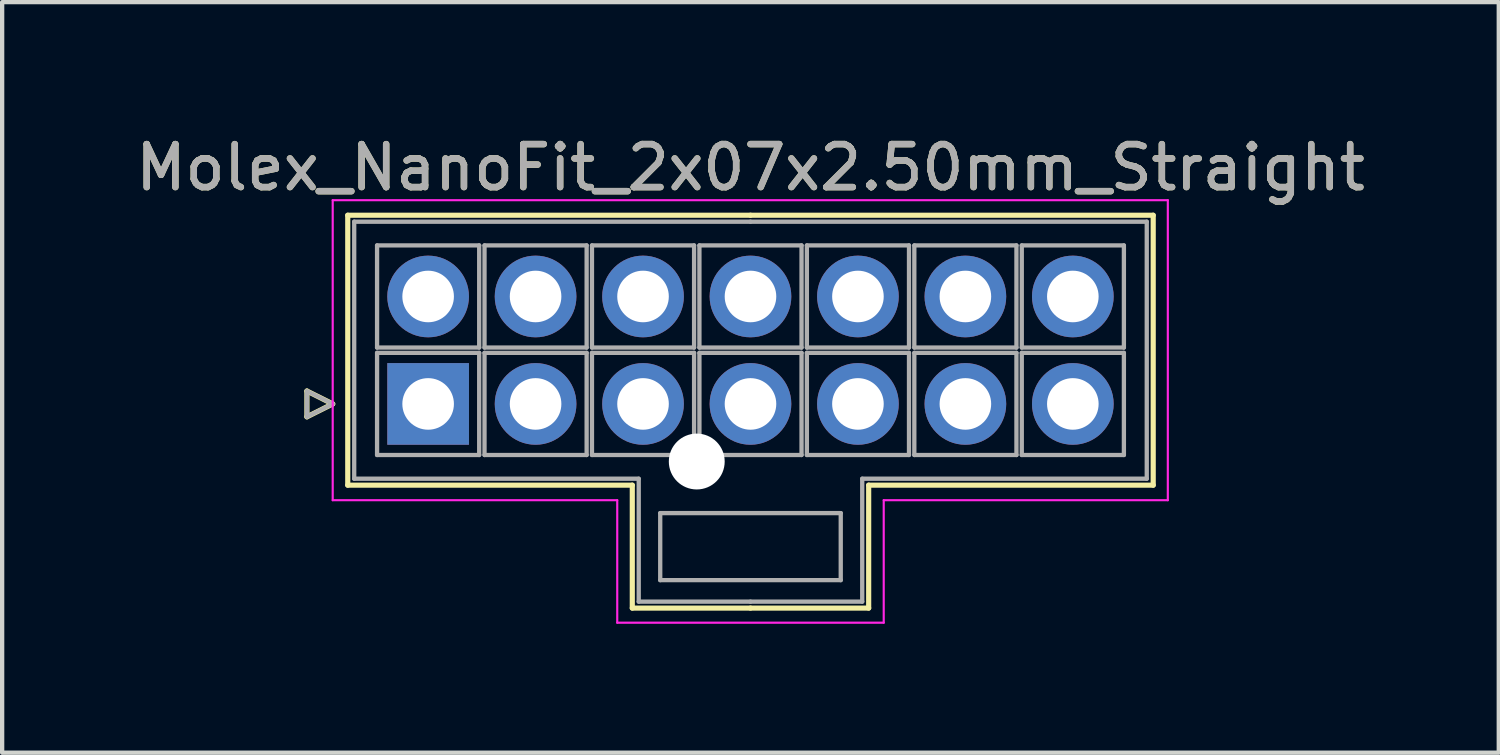
<source format=kicad_pcb>
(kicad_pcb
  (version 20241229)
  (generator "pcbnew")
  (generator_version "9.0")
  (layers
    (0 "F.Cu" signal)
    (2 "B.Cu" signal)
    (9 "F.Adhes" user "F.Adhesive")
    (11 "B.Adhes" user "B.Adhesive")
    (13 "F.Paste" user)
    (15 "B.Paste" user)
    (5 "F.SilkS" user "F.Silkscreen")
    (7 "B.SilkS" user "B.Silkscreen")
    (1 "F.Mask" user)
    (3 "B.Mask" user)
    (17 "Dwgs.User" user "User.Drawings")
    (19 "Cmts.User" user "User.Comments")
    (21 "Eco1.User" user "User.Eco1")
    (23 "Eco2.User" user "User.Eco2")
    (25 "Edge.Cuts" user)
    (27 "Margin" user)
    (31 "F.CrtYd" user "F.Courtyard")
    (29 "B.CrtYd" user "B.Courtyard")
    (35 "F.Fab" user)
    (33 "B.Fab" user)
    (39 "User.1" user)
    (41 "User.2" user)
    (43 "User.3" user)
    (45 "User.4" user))
  (footprint "Molex_NanoFit_2x07x2.50mm_Straight"
    (layer "F.Cu")
    (at 6.911 6.348)
    (property "Reference" "Molex_NanoFit_2x07x2.50mm_Straight" (at 7.5 -5.5 0) (layer "F.SilkS") (effects (font (size 1 1) (thickness 0.15))))
    (attr through_hole)
    (fp_line (start -2.82 -0.3) (end -2.22 0) (stroke (width 0.12) (type solid)) (layer "F.SilkS"))
    (fp_line (start -2.82 0.3) (end -2.82 -0.3) (stroke (width 0.12) (type solid)) (layer "F.SilkS"))
    (fp_line (start -2.22 0) (end -2.82 0.3) (stroke (width 0.12) (type solid)) (layer "F.SilkS"))
    (fp_line (start -1.87 -4.39) (end -1.87 1.89) (stroke (width 0.12) (type solid)) (layer "F.SilkS"))
    (fp_line (start -1.87 1.89) (end 4.75 1.89) (stroke (width 0.12) (type solid)) (layer "F.SilkS"))
    (fp_line (start 4.75 1.89) (end 4.75 4.75) (stroke (width 0.12) (type solid)) (layer "F.SilkS"))
    (fp_line (start 4.75 4.75) (end 7.5 4.75) (stroke (width 0.12) (type solid)) (layer "F.SilkS"))
    (fp_line (start 7.5 -4.39) (end -1.87 -4.39) (stroke (width 0.12) (type solid)) (layer "F.SilkS"))
    (fp_line (start 7.5 -4.39) (end 16.87 -4.39) (stroke (width 0.12) (type solid)) (layer "F.SilkS"))
    (fp_line (start 10.25 1.89) (end 10.25 4.75) (stroke (width 0.12) (type solid)) (layer "F.SilkS"))
    (fp_line (start 10.25 4.75) (end 7.5 4.75) (stroke (width 0.12) (type solid)) (layer "F.SilkS"))
    (fp_line (start 16.87 -4.39) (end 16.87 1.89) (stroke (width 0.12) (type solid)) (layer "F.SilkS"))
    (fp_line (start 16.87 1.89) (end 10.25 1.89) (stroke (width 0.12) (type solid)) (layer "F.SilkS"))
    (fp_line (start -2.22 -4.74) (end -2.22 2.24) (stroke (width 0.05) (type solid)) (layer "F.CrtYd"))
    (fp_line (start -2.22 2.24) (end 4.4 2.24) (stroke (width 0.05) (type solid)) (layer "F.CrtYd"))
    (fp_line (start 4.4 2.24) (end 4.4 5.09) (stroke (width 0.05) (type solid)) (layer "F.CrtYd"))
    (fp_line (start 4.4 5.09) (end 10.6 5.09) (stroke (width 0.05) (type solid)) (layer "F.CrtYd"))
    (fp_line (start 10.6 2.24) (end 17.21 2.24) (stroke (width 0.05) (type solid)) (layer "F.CrtYd"))
    (fp_line (start 10.6 5.09) (end 10.6 2.24) (stroke (width 0.05) (type solid)) (layer "F.CrtYd"))
    (fp_line (start 17.21 -4.74) (end -2.22 -4.74) (stroke (width 0.05) (type solid)) (layer "F.CrtYd"))
    (fp_line (start 17.21 2.24) (end 17.21 -4.74) (stroke (width 0.05) (type solid)) (layer "F.CrtYd"))
    (fp_line (start -2.82 -0.3) (end -2.22 0) (stroke (width 0.1) (type solid)) (layer "F.Fab"))
    (fp_line (start -2.82 0.3) (end -2.82 -0.3) (stroke (width 0.1) (type solid)) (layer "F.Fab"))
    (fp_line (start -2.22 0) (end -2.82 0.3) (stroke (width 0.1) (type solid)) (layer "F.Fab"))
    (fp_line (start -1.72 -4.24) (end -1.72 1.74) (stroke (width 0.1) (type solid)) (layer "F.Fab"))
    (fp_line (start -1.72 1.74) (end 4.9 1.74) (stroke (width 0.1) (type solid)) (layer "F.Fab"))
    (fp_line (start -1.188 -3.688) (end -1.188 -1.312) (stroke (width 0.1) (type solid)) (layer "F.Fab"))
    (fp_line (start -1.188 -1.312) (end 1.188 -1.312) (stroke (width 0.1) (type solid)) (layer "F.Fab"))
    (fp_line (start -1.188 -1.188) (end -1.188 1.188) (stroke (width 0.1) (type solid)) (layer "F.Fab"))
    (fp_line (start -1.188 1.188) (end 1.188 1.188) (stroke (width 0.1) (type solid)) (layer "F.Fab"))
    (fp_line (start 1.188 -3.688) (end -1.188 -3.688) (stroke (width 0.1) (type solid)) (layer "F.Fab"))
    (fp_line (start 1.188 -1.312) (end 1.188 -3.688) (stroke (width 0.1) (type solid)) (layer "F.Fab"))
    (fp_line (start 1.188 -1.188) (end -1.188 -1.188) (stroke (width 0.1) (type solid)) (layer "F.Fab"))
    (fp_line (start 1.188 1.188) (end 1.188 -1.188) (stroke (width 0.1) (type solid)) (layer "F.Fab"))
    (fp_line (start 1.312 -3.688) (end 1.312 -1.312) (stroke (width 0.1) (type solid)) (layer "F.Fab"))
    (fp_line (start 1.312 -1.312) (end 3.688 -1.312) (stroke (width 0.1) (type solid)) (layer "F.Fab"))
    (fp_line (start 1.312 -1.188) (end 1.312 1.188) (stroke (width 0.1) (type solid)) (layer "F.Fab"))
    (fp_line (start 1.312 1.188) (end 3.688 1.188) (stroke (width 0.1) (type solid)) (layer "F.Fab"))
    (fp_line (start 3.688 -3.688) (end 1.312 -3.688) (stroke (width 0.1) (type solid)) (layer "F.Fab"))
    (fp_line (start 3.688 -1.312) (end 3.688 -3.688) (stroke (width 0.1) (type solid)) (layer "F.Fab"))
    (fp_line (start 3.688 -1.188) (end 1.312 -1.188) (stroke (width 0.1) (type solid)) (layer "F.Fab"))
    (fp_line (start 3.688 1.188) (end 3.688 -1.188) (stroke (width 0.1) (type solid)) (layer "F.Fab"))
    (fp_line (start 3.812 -3.688) (end 3.812 -1.312) (stroke (width 0.1) (type solid)) (layer "F.Fab"))
    (fp_line (start 3.812 -1.312) (end 6.188 -1.312) (stroke (width 0.1) (type solid)) (layer "F.Fab"))
    (fp_line (start 3.812 -1.188) (end 3.812 1.188) (stroke (width 0.1) (type solid)) (layer "F.Fab"))
    (fp_line (start 3.812 1.188) (end 6.188 1.188) (stroke (width 0.1) (type solid)) (layer "F.Fab"))
    (fp_line (start 4.9 1.74) (end 4.9 4.6) (stroke (width 0.1) (type solid)) (layer "F.Fab"))
    (fp_line (start 4.9 4.6) (end 7.5 4.6) (stroke (width 0.1) (type solid)) (layer "F.Fab"))
    (fp_line (start 5.4 2.54) (end 5.4 4.1) (stroke (width 0.1) (type solid)) (layer "F.Fab"))
    (fp_line (start 5.4 4.1) (end 9.6 4.1) (stroke (width 0.1) (type solid)) (layer "F.Fab"))
    (fp_line (start 6.188 -3.688) (end 3.812 -3.688) (stroke (width 0.1) (type solid)) (layer "F.Fab"))
    (fp_line (start 6.188 -1.312) (end 6.188 -3.688) (stroke (width 0.1) (type solid)) (layer "F.Fab"))
    (fp_line (start 6.188 -1.188) (end 3.812 -1.188) (stroke (width 0.1) (type solid)) (layer "F.Fab"))
    (fp_line (start 6.188 1.188) (end 6.188 -1.188) (stroke (width 0.1) (type solid)) (layer "F.Fab"))
    (fp_line (start 6.312 -3.688) (end 6.312 -1.312) (stroke (width 0.1) (type solid)) (layer "F.Fab"))
    (fp_line (start 6.312 -1.312) (end 8.688 -1.312) (stroke (width 0.1) (type solid)) (layer "F.Fab"))
    (fp_line (start 6.312 -1.188) (end 6.312 1.188) (stroke (width 0.1) (type solid)) (layer "F.Fab"))
    (fp_line (start 6.312 1.188) (end 8.688 1.188) (stroke (width 0.1) (type solid)) (layer "F.Fab"))
    (fp_line (start 7.5 -4.24) (end -1.72 -4.24) (stroke (width 0.1) (type solid)) (layer "F.Fab"))
    (fp_line (start 7.5 -4.24) (end 16.72 -4.24) (stroke (width 0.1) (type solid)) (layer "F.Fab"))
    (fp_line (start 8.688 -3.688) (end 6.312 -3.688) (stroke (width 0.1) (type solid)) (layer "F.Fab"))
    (fp_line (start 8.688 -1.312) (end 8.688 -3.688) (stroke (width 0.1) (type solid)) (layer "F.Fab"))
    (fp_line (start 8.688 -1.188) (end 6.312 -1.188) (stroke (width 0.1) (type solid)) (layer "F.Fab"))
    (fp_line (start 8.688 1.188) (end 8.688 -1.188) (stroke (width 0.1) (type solid)) (layer "F.Fab"))
    (fp_line (start 8.812 -3.688) (end 8.812 -1.312) (stroke (width 0.1) (type solid)) (layer "F.Fab"))
    (fp_line (start 8.812 -1.312) (end 11.188 -1.312) (stroke (width 0.1) (type solid)) (layer "F.Fab"))
    (fp_line (start 8.812 -1.188) (end 8.812 1.188) (stroke (width 0.1) (type solid)) (layer "F.Fab"))
    (fp_line (start 8.812 1.188) (end 11.188 1.188) (stroke (width 0.1) (type solid)) (layer "F.Fab"))
    (fp_line (start 9.6 2.54) (end 5.4 2.54) (stroke (width 0.1) (type solid)) (layer "F.Fab"))
    (fp_line (start 9.6 4.1) (end 9.6 2.54) (stroke (width 0.1) (type solid)) (layer "F.Fab"))
    (fp_line (start 10.1 1.74) (end 10.1 4.6) (stroke (width 0.1) (type solid)) (layer "F.Fab"))
    (fp_line (start 10.1 4.6) (end 7.5 4.6) (stroke (width 0.1) (type solid)) (layer "F.Fab"))
    (fp_line (start 11.188 -3.688) (end 8.812 -3.688) (stroke (width 0.1) (type solid)) (layer "F.Fab"))
    (fp_line (start 11.188 -1.312) (end 11.188 -3.688) (stroke (width 0.1) (type solid)) (layer "F.Fab"))
    (fp_line (start 11.188 -1.188) (end 8.812 -1.188) (stroke (width 0.1) (type solid)) (layer "F.Fab"))
    (fp_line (start 11.188 1.188) (end 11.188 -1.188) (stroke (width 0.1) (type solid)) (layer "F.Fab"))
    (fp_line (start 11.312 -3.688) (end 11.312 -1.312) (stroke (width 0.1) (type solid)) (layer "F.Fab"))
    (fp_line (start 11.312 -1.312) (end 13.688 -1.312) (stroke (width 0.1) (type solid)) (layer "F.Fab"))
    (fp_line (start 11.312 -1.188) (end 11.312 1.188) (stroke (width 0.1) (type solid)) (layer "F.Fab"))
    (fp_line (start 11.312 1.188) (end 13.688 1.188) (stroke (width 0.1) (type solid)) (layer "F.Fab"))
    (fp_line (start 13.688 -3.688) (end 11.312 -3.688) (stroke (width 0.1) (type solid)) (layer "F.Fab"))
    (fp_line (start 13.688 -1.312) (end 13.688 -3.688) (stroke (width 0.1) (type solid)) (layer "F.Fab"))
    (fp_line (start 13.688 -1.188) (end 11.312 -1.188) (stroke (width 0.1) (type solid)) (layer "F.Fab"))
    (fp_line (start 13.688 1.188) (end 13.688 -1.188) (stroke (width 0.1) (type solid)) (layer "F.Fab"))
    (fp_line (start 13.812 -3.688) (end 13.812 -1.312) (stroke (width 0.1) (type solid)) (layer "F.Fab"))
    (fp_line (start 13.812 -1.312) (end 16.188 -1.312) (stroke (width 0.1) (type solid)) (layer "F.Fab"))
    (fp_line (start 13.812 -1.188) (end 13.812 1.188) (stroke (width 0.1) (type solid)) (layer "F.Fab"))
    (fp_line (start 13.812 1.188) (end 16.188 1.188) (stroke (width 0.1) (type solid)) (layer "F.Fab"))
    (fp_line (start 16.188 -3.688) (end 13.812 -3.688) (stroke (width 0.1) (type solid)) (layer "F.Fab"))
    (fp_line (start 16.188 -1.312) (end 16.188 -3.688) (stroke (width 0.1) (type solid)) (layer "F.Fab"))
    (fp_line (start 16.188 -1.188) (end 13.812 -1.188) (stroke (width 0.1) (type solid)) (layer "F.Fab"))
    (fp_line (start 16.188 1.188) (end 16.188 -1.188) (stroke (width 0.1) (type solid)) (layer "F.Fab"))
    (fp_line (start 16.72 -4.24) (end 16.72 1.74) (stroke (width 0.1) (type solid)) (layer "F.Fab"))
    (fp_line (start 16.72 1.74) (end 10.1 1.74) (stroke (width 0.1) (type solid)) (layer "F.Fab"))
    (fp_text user "${REFERENCE}" (at 7.5 -5.5 0) (layer "F.Fab") (effects (font (size 1 1) (thickness 0.15))))
    (pad "" np_thru_hole circle (at 6.25 1.34) (size 1.3 1.3) (drill 1.3) (layers "*.Cu" "*.Mask"))
    (pad "1" thru_hole rect (at 0 0) (size 1.9 1.9) (drill 1.2) (layers "*.Cu" "*.Mask"))
    (pad "2" thru_hole circle (at 2.5 0) (size 1.9 1.9) (drill 1.2) (layers "*.Cu" "*.Mask"))
    (pad "3" thru_hole circle (at 5 0) (size 1.9 1.9) (drill 1.2) (layers "*.Cu" "*.Mask"))
    (pad "4" thru_hole circle (at 7.5 0) (size 1.9 1.9) (drill 1.2) (layers "*.Cu" "*.Mask"))
    (pad "5" thru_hole circle (at 10 0) (size 1.9 1.9) (drill 1.2) (layers "*.Cu" "*.Mask"))
    (pad "6" thru_hole circle (at 12.5 0) (size 1.9 1.9) (drill 1.2) (layers "*.Cu" "*.Mask"))
    (pad "7" thru_hole circle (at 15 0) (size 1.9 1.9) (drill 1.2) (layers "*.Cu" "*.Mask"))
    (pad "8" thru_hole circle (at 0 -2.5) (size 1.9 1.9) (drill 1.2) (layers "*.Cu" "*.Mask"))
    (pad "9" thru_hole circle (at 2.5 -2.5) (size 1.9 1.9) (drill 1.2) (layers "*.Cu" "*.Mask"))
    (pad "10" thru_hole circle (at 5 -2.5) (size 1.9 1.9) (drill 1.2) (layers "*.Cu" "*.Mask"))
    (pad "11" thru_hole circle (at 7.5 -2.5) (size 1.9 1.9) (drill 1.2) (layers "*.Cu" "*.Mask"))
    (pad "12" thru_hole circle (at 10 -2.5) (size 1.9 1.9) (drill 1.2) (layers "*.Cu" "*.Mask"))
    (pad "13" thru_hole circle (at 12.5 -2.5) (size 1.9 1.9) (drill 1.2) (layers "*.Cu" "*.Mask"))
    (pad "14" thru_hole circle (at 15 -2.5) (size 1.9 1.9) (drill 1.2) (layers "*.Cu" "*.Mask")))
  (gr_rect
    (start -3 -3)
    (end 31.821 14.463)
    (stroke (width 0.1) (type default))
    (fill no)
    (layer "Edge.Cuts")))
</source>
